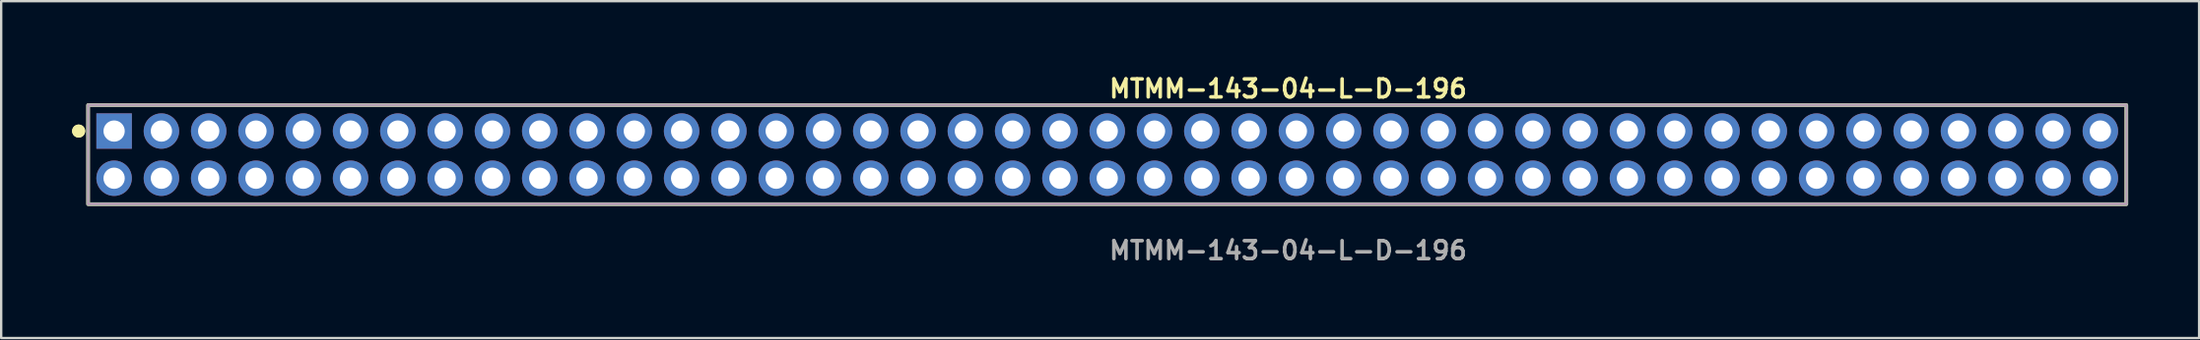
<source format=kicad_pcb>
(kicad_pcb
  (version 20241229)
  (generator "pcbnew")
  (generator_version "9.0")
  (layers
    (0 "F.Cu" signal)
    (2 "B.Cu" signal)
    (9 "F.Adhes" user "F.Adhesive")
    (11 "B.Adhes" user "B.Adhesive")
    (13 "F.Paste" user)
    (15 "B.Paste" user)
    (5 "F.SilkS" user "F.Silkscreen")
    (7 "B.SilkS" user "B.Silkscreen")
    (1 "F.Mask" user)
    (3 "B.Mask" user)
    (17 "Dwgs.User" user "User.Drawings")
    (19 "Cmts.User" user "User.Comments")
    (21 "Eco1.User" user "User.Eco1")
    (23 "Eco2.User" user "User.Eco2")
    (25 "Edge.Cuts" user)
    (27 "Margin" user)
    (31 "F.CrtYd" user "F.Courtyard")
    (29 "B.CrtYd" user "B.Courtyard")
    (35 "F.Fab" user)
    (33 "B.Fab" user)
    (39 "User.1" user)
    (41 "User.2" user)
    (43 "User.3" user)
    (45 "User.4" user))
  (footprint "MTMM-143-04-L-D-196"
    (layer "F.Cu")
    (at 43.776 3.507)
    (property "Reference" "MTMM-143-04-L-D-196" (at 0 -2.794 0) (unlocked yes) (layer "F.SilkS") (effects (font (size 0.762 0.762) (thickness 0.152)) (justify left)))
    (fp_rect (start -43.1 2.1) (end 43.1 -2.1) (stroke (width 0.152) (type solid)) (fill no) (layer "F.SilkS"))
    (fp_circle (center -43.5 -1) (end -43.7 -1) (stroke (width 0.152) (type solid)) (fill yes) (layer "F.SilkS"))
    (fp_circle (center -43.5 -1) (end -43.7 -1) (stroke (width 0.152) (type solid)) (fill yes) (layer "F.SilkS"))
    (fp_rect (start -43.1 2.1) (end 43.1 -2.1) (stroke (width 0.006) (type solid)) (fill no) (layer "F.CrtYd"))
    (fp_rect (start -43.1 2.1) (end 43.1 -2.1) (stroke (width 0.152) (type solid)) (fill no) (layer "F.Fab"))
    (fp_text user "${REFERENCE}" (at 0 4.064 0) (unlocked yes) (layer "F.Fab") (effects (font (size 0.762 0.762) (thickness 0.152)) (justify left)))
    (pad "1" thru_hole rect (at -42 -1) (size 1.5 1.5) (drill 0.9) (layers "*.Cu" "*.Mask"))
    (pad "2" thru_hole circle (at -42 1) (size 1.5 1.5) (drill 0.9) (layers "*.Cu" "*.Mask"))
    (pad "3" thru_hole circle (at -40 -1) (size 1.5 1.5) (drill 0.9) (layers "*.Cu" "*.Mask"))
    (pad "4" thru_hole circle (at -40 1) (size 1.5 1.5) (drill 0.9) (layers "*.Cu" "*.Mask"))
    (pad "5" thru_hole circle (at -38 -1) (size 1.5 1.5) (drill 0.9) (layers "*.Cu" "*.Mask"))
    (pad "6" thru_hole circle (at -38 1) (size 1.5 1.5) (drill 0.9) (layers "*.Cu" "*.Mask"))
    (pad "7" thru_hole circle (at -36 -1) (size 1.5 1.5) (drill 0.9) (layers "*.Cu" "*.Mask"))
    (pad "8" thru_hole circle (at -36 1) (size 1.5 1.5) (drill 0.9) (layers "*.Cu" "*.Mask"))
    (pad "9" thru_hole circle (at -34 -1) (size 1.5 1.5) (drill 0.9) (layers "*.Cu" "*.Mask"))
    (pad "10" thru_hole circle (at -34 1) (size 1.5 1.5) (drill 0.9) (layers "*.Cu" "*.Mask"))
    (pad "11" thru_hole circle (at -32 -1) (size 1.5 1.5) (drill 0.9) (layers "*.Cu" "*.Mask"))
    (pad "12" thru_hole circle (at -32 1) (size 1.5 1.5) (drill 0.9) (layers "*.Cu" "*.Mask"))
    (pad "13" thru_hole circle (at -30 -1) (size 1.5 1.5) (drill 0.9) (layers "*.Cu" "*.Mask"))
    (pad "14" thru_hole circle (at -30 1) (size 1.5 1.5) (drill 0.9) (layers "*.Cu" "*.Mask"))
    (pad "15" thru_hole circle (at -28 -1) (size 1.5 1.5) (drill 0.9) (layers "*.Cu" "*.Mask"))
    (pad "16" thru_hole circle (at -28 1) (size 1.5 1.5) (drill 0.9) (layers "*.Cu" "*.Mask"))
    (pad "17" thru_hole circle (at -26 -1) (size 1.5 1.5) (drill 0.9) (layers "*.Cu" "*.Mask"))
    (pad "18" thru_hole circle (at -26 1) (size 1.5 1.5) (drill 0.9) (layers "*.Cu" "*.Mask"))
    (pad "19" thru_hole circle (at -24 -1) (size 1.5 1.5) (drill 0.9) (layers "*.Cu" "*.Mask"))
    (pad "20" thru_hole circle (at -24 1) (size 1.5 1.5) (drill 0.9) (layers "*.Cu" "*.Mask"))
    (pad "21" thru_hole circle (at -22 -1) (size 1.5 1.5) (drill 0.9) (layers "*.Cu" "*.Mask"))
    (pad "22" thru_hole circle (at -22 1) (size 1.5 1.5) (drill 0.9) (layers "*.Cu" "*.Mask"))
    (pad "23" thru_hole circle (at -20 -1) (size 1.5 1.5) (drill 0.9) (layers "*.Cu" "*.Mask"))
    (pad "24" thru_hole circle (at -20 1) (size 1.5 1.5) (drill 0.9) (layers "*.Cu" "*.Mask"))
    (pad "25" thru_hole circle (at -18 -1) (size 1.5 1.5) (drill 0.9) (layers "*.Cu" "*.Mask"))
    (pad "26" thru_hole circle (at -18 1) (size 1.5 1.5) (drill 0.9) (layers "*.Cu" "*.Mask"))
    (pad "27" thru_hole circle (at -16 -1) (size 1.5 1.5) (drill 0.9) (layers "*.Cu" "*.Mask"))
    (pad "28" thru_hole circle (at -16 1) (size 1.5 1.5) (drill 0.9) (layers "*.Cu" "*.Mask"))
    (pad "29" thru_hole circle (at -14 -1) (size 1.5 1.5) (drill 0.9) (layers "*.Cu" "*.Mask"))
    (pad "30" thru_hole circle (at -14 1) (size 1.5 1.5) (drill 0.9) (layers "*.Cu" "*.Mask"))
    (pad "31" thru_hole circle (at -12 -1) (size 1.5 1.5) (drill 0.9) (layers "*.Cu" "*.Mask"))
    (pad "32" thru_hole circle (at -12 1) (size 1.5 1.5) (drill 0.9) (layers "*.Cu" "*.Mask"))
    (pad "33" thru_hole circle (at -10 -1) (size 1.5 1.5) (drill 0.9) (layers "*.Cu" "*.Mask"))
    (pad "34" thru_hole circle (at -10 1) (size 1.5 1.5) (drill 0.9) (layers "*.Cu" "*.Mask"))
    (pad "35" thru_hole circle (at -8 -1) (size 1.5 1.5) (drill 0.9) (layers "*.Cu" "*.Mask"))
    (pad "36" thru_hole circle (at -8 1) (size 1.5 1.5) (drill 0.9) (layers "*.Cu" "*.Mask"))
    (pad "37" thru_hole circle (at -6 -1) (size 1.5 1.5) (drill 0.9) (layers "*.Cu" "*.Mask"))
    (pad "38" thru_hole circle (at -6 1) (size 1.5 1.5) (drill 0.9) (layers "*.Cu" "*.Mask"))
    (pad "39" thru_hole circle (at -4 -1) (size 1.5 1.5) (drill 0.9) (layers "*.Cu" "*.Mask"))
    (pad "40" thru_hole circle (at -4 1) (size 1.5 1.5) (drill 0.9) (layers "*.Cu" "*.Mask"))
    (pad "41" thru_hole circle (at -2 -1) (size 1.5 1.5) (drill 0.9) (layers "*.Cu" "*.Mask"))
    (pad "42" thru_hole circle (at -2 1) (size 1.5 1.5) (drill 0.9) (layers "*.Cu" "*.Mask"))
    (pad "43" thru_hole circle (at 0 -1) (size 1.5 1.5) (drill 0.9) (layers "*.Cu" "*.Mask"))
    (pad "44" thru_hole circle (at 0 1) (size 1.5 1.5) (drill 0.9) (layers "*.Cu" "*.Mask"))
    (pad "45" thru_hole circle (at 2 -1) (size 1.5 1.5) (drill 0.9) (layers "*.Cu" "*.Mask"))
    (pad "46" thru_hole circle (at 2 1) (size 1.5 1.5) (drill 0.9) (layers "*.Cu" "*.Mask"))
    (pad "47" thru_hole circle (at 4 -1) (size 1.5 1.5) (drill 0.9) (layers "*.Cu" "*.Mask"))
    (pad "48" thru_hole circle (at 4 1) (size 1.5 1.5) (drill 0.9) (layers "*.Cu" "*.Mask"))
    (pad "49" thru_hole circle (at 6 -1) (size 1.5 1.5) (drill 0.9) (layers "*.Cu" "*.Mask"))
    (pad "50" thru_hole circle (at 6 1) (size 1.5 1.5) (drill 0.9) (layers "*.Cu" "*.Mask"))
    (pad "51" thru_hole circle (at 8 -1) (size 1.5 1.5) (drill 0.9) (layers "*.Cu" "*.Mask"))
    (pad "52" thru_hole circle (at 8 1) (size 1.5 1.5) (drill 0.9) (layers "*.Cu" "*.Mask"))
    (pad "53" thru_hole circle (at 10 -1) (size 1.5 1.5) (drill 0.9) (layers "*.Cu" "*.Mask"))
    (pad "54" thru_hole circle (at 10 1) (size 1.5 1.5) (drill 0.9) (layers "*.Cu" "*.Mask"))
    (pad "55" thru_hole circle (at 12 -1) (size 1.5 1.5) (drill 0.9) (layers "*.Cu" "*.Mask"))
    (pad "56" thru_hole circle (at 12 1) (size 1.5 1.5) (drill 0.9) (layers "*.Cu" "*.Mask"))
    (pad "57" thru_hole circle (at 14 -1) (size 1.5 1.5) (drill 0.9) (layers "*.Cu" "*.Mask"))
    (pad "58" thru_hole circle (at 14 1) (size 1.5 1.5) (drill 0.9) (layers "*.Cu" "*.Mask"))
    (pad "59" thru_hole circle (at 16 -1) (size 1.5 1.5) (drill 0.9) (layers "*.Cu" "*.Mask"))
    (pad "60" thru_hole circle (at 16 1) (size 1.5 1.5) (drill 0.9) (layers "*.Cu" "*.Mask"))
    (pad "61" thru_hole circle (at 18 -1) (size 1.5 1.5) (drill 0.9) (layers "*.Cu" "*.Mask"))
    (pad "62" thru_hole circle (at 18 1) (size 1.5 1.5) (drill 0.9) (layers "*.Cu" "*.Mask"))
    (pad "63" thru_hole circle (at 20 -1) (size 1.5 1.5) (drill 0.9) (layers "*.Cu" "*.Mask"))
    (pad "64" thru_hole circle (at 20 1) (size 1.5 1.5) (drill 0.9) (layers "*.Cu" "*.Mask"))
    (pad "65" thru_hole circle (at 22 -1) (size 1.5 1.5) (drill 0.9) (layers "*.Cu" "*.Mask"))
    (pad "66" thru_hole circle (at 22 1) (size 1.5 1.5) (drill 0.9) (layers "*.Cu" "*.Mask"))
    (pad "67" thru_hole circle (at 24 -1) (size 1.5 1.5) (drill 0.9) (layers "*.Cu" "*.Mask"))
    (pad "68" thru_hole circle (at 24 1) (size 1.5 1.5) (drill 0.9) (layers "*.Cu" "*.Mask"))
    (pad "69" thru_hole circle (at 26 -1) (size 1.5 1.5) (drill 0.9) (layers "*.Cu" "*.Mask"))
    (pad "70" thru_hole circle (at 26 1) (size 1.5 1.5) (drill 0.9) (layers "*.Cu" "*.Mask"))
    (pad "71" thru_hole circle (at 28 -1) (size 1.5 1.5) (drill 0.9) (layers "*.Cu" "*.Mask"))
    (pad "72" thru_hole circle (at 28 1) (size 1.5 1.5) (drill 0.9) (layers "*.Cu" "*.Mask"))
    (pad "73" thru_hole circle (at 30 -1) (size 1.5 1.5) (drill 0.9) (layers "*.Cu" "*.Mask"))
    (pad "74" thru_hole circle (at 30 1) (size 1.5 1.5) (drill 0.9) (layers "*.Cu" "*.Mask"))
    (pad "75" thru_hole circle (at 32 -1) (size 1.5 1.5) (drill 0.9) (layers "*.Cu" "*.Mask"))
    (pad "76" thru_hole circle (at 32 1) (size 1.5 1.5) (drill 0.9) (layers "*.Cu" "*.Mask"))
    (pad "77" thru_hole circle (at 34 -1) (size 1.5 1.5) (drill 0.9) (layers "*.Cu" "*.Mask"))
    (pad "78" thru_hole circle (at 34 1) (size 1.5 1.5) (drill 0.9) (layers "*.Cu" "*.Mask"))
    (pad "79" thru_hole circle (at 36 -1) (size 1.5 1.5) (drill 0.9) (layers "*.Cu" "*.Mask"))
    (pad "80" thru_hole circle (at 36 1) (size 1.5 1.5) (drill 0.9) (layers "*.Cu" "*.Mask"))
    (pad "81" thru_hole circle (at 38 -1) (size 1.5 1.5) (drill 0.9) (layers "*.Cu" "*.Mask"))
    (pad "82" thru_hole circle (at 38 1) (size 1.5 1.5) (drill 0.9) (layers "*.Cu" "*.Mask"))
    (pad "83" thru_hole circle (at 40 -1) (size 1.5 1.5) (drill 0.9) (layers "*.Cu" "*.Mask"))
    (pad "84" thru_hole circle (at 40 1) (size 1.5 1.5) (drill 0.9) (layers "*.Cu" "*.Mask"))
    (pad "85" thru_hole circle (at 42 -1) (size 1.5 1.5) (drill 0.9) (layers "*.Cu" "*.Mask"))
    (pad "86" thru_hole circle (at 42 1) (size 1.5 1.5) (drill 0.9) (layers "*.Cu" "*.Mask")))
  (gr_rect
    (start -3 -3)
    (end 89.952 11.284)
    (stroke (width 0.1) (type default))
    (fill no)
    (layer "Edge.Cuts")))
</source>
